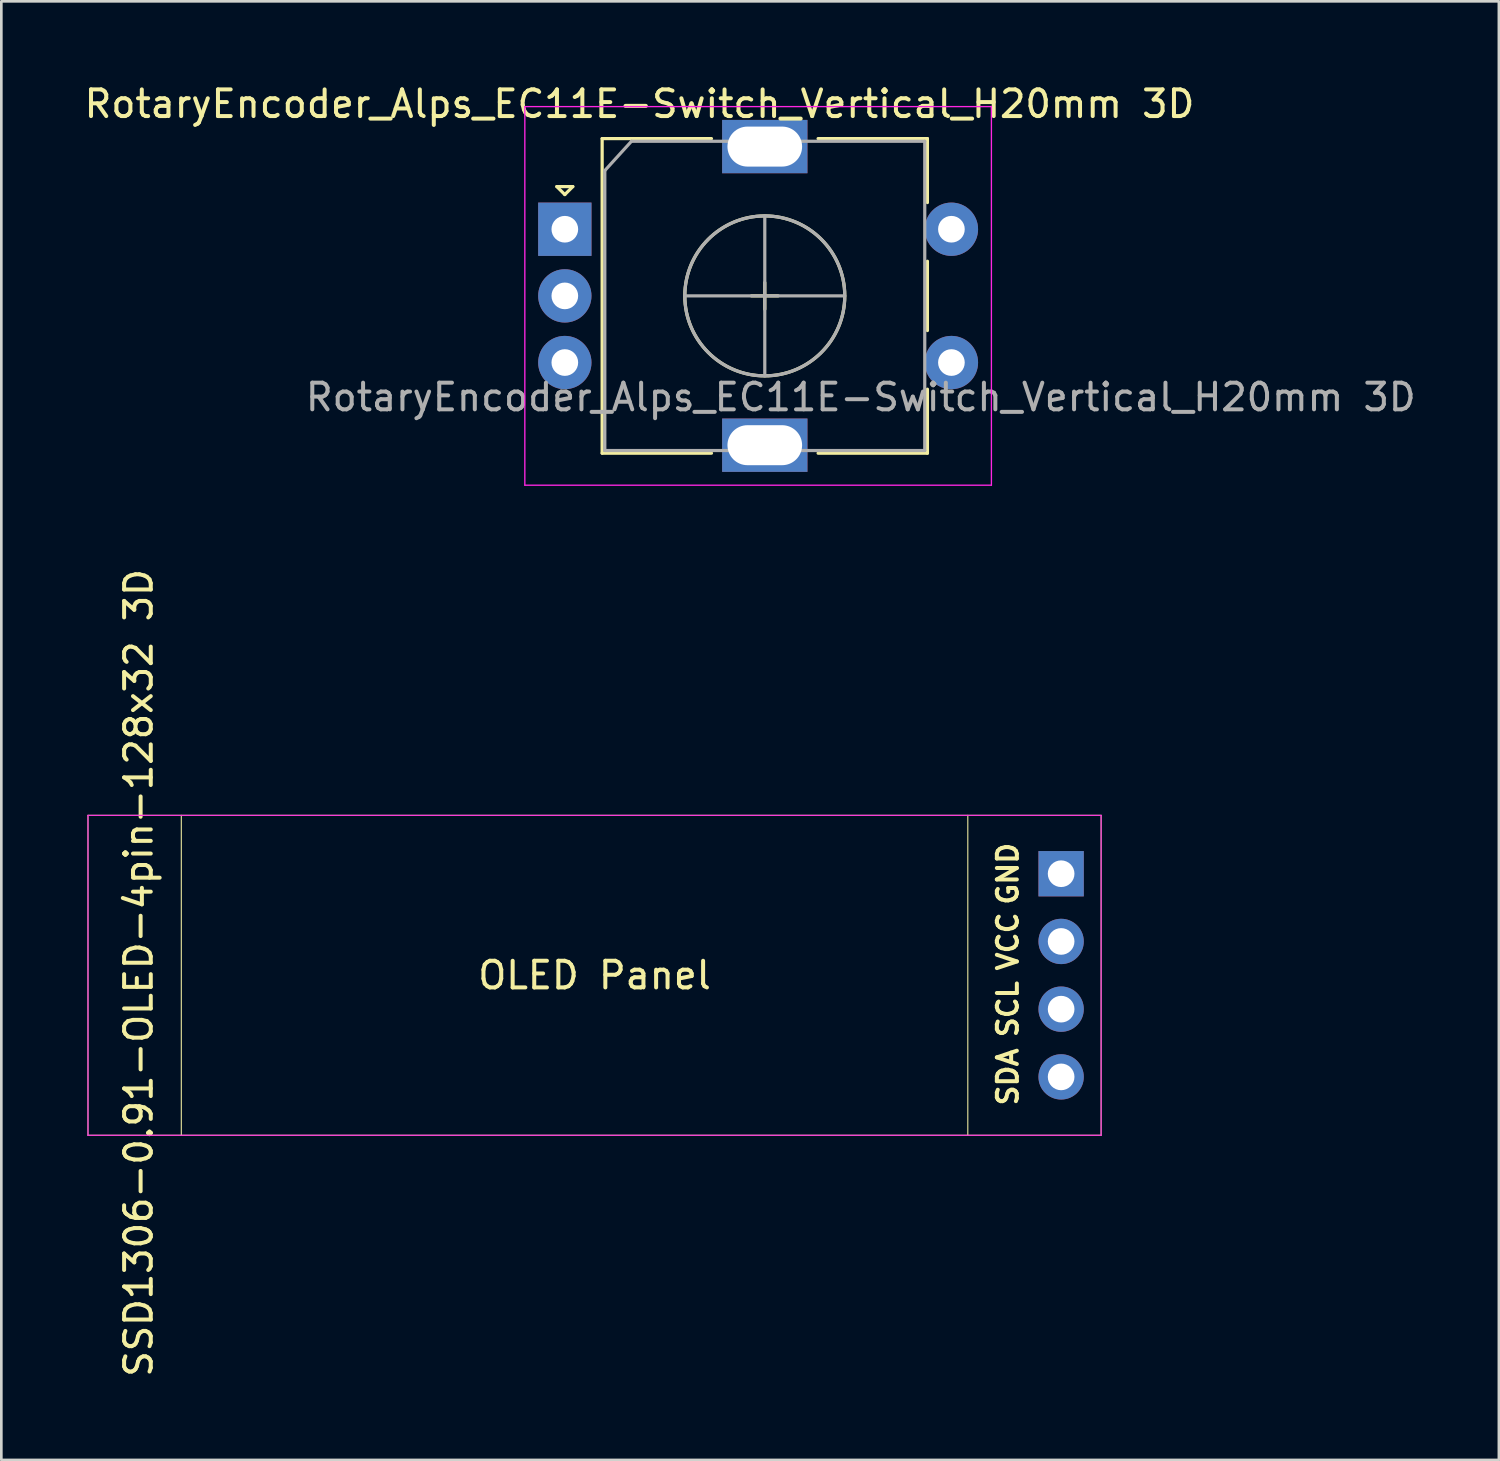
<source format=kicad_pcb>
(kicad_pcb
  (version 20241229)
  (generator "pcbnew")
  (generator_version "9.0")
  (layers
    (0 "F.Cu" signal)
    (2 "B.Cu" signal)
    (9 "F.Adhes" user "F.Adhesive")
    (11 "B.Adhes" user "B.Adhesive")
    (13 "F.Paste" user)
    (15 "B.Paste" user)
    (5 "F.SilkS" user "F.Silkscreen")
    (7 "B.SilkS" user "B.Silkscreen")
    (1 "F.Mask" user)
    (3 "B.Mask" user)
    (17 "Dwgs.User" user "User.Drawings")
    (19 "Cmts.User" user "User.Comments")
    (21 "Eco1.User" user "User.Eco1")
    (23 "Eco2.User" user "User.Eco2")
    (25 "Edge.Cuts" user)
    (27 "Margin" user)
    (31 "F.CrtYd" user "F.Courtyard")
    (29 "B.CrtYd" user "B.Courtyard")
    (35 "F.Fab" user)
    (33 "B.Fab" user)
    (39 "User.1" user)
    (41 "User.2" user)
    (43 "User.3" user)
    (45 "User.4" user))
  (footprint "RotaryEncoder_Alps_EC11E-Switch_Vertical_H20mm 3D"
    (layer "F.Cu")
    (at 18.135 5.548)
    (property "Reference" "RotaryEncoder_Alps_EC11E-Switch_Vertical_H20mm 3D" (at 2.8 -4.7 0) (layer "F.SilkS") (effects (font (size 1 1) (thickness 0.15))))
    (attr through_hole)
    (fp_line (start -0.3 -1.6) (end 0.3 -1.6) (stroke (width 0.12) (type solid)) (layer "F.SilkS"))
    (fp_line (start 0 -1.3) (end -0.3 -1.6) (stroke (width 0.12) (type solid)) (layer "F.SilkS"))
    (fp_line (start 0.3 -1.6) (end 0 -1.3) (stroke (width 0.12) (type solid)) (layer "F.SilkS"))
    (fp_line (start 1.4 -3.4) (end 1.4 8.4) (stroke (width 0.12) (type solid)) (layer "F.SilkS"))
    (fp_line (start 5.5 -3.4) (end 1.4 -3.4) (stroke (width 0.12) (type solid)) (layer "F.SilkS"))
    (fp_line (start 5.5 8.4) (end 1.4 8.4) (stroke (width 0.12) (type solid)) (layer "F.SilkS"))
    (fp_line (start 7 2.5) (end 8 2.5) (stroke (width 0.12) (type solid)) (layer "F.SilkS"))
    (fp_line (start 7.5 2) (end 7.5 3) (stroke (width 0.12) (type solid)) (layer "F.SilkS"))
    (fp_line (start 9.5 -3.4) (end 13.6 -3.4) (stroke (width 0.12) (type solid)) (layer "F.SilkS"))
    (fp_line (start 13.6 -3.4) (end 13.6 -1) (stroke (width 0.12) (type solid)) (layer "F.SilkS"))
    (fp_line (start 13.6 1.2) (end 13.6 3.8) (stroke (width 0.12) (type solid)) (layer "F.SilkS"))
    (fp_line (start 13.6 6) (end 13.6 8.4) (stroke (width 0.12) (type solid)) (layer "F.SilkS"))
    (fp_line (start 13.6 8.4) (end 9.5 8.4) (stroke (width 0.12) (type solid)) (layer "F.SilkS"))
    (fp_circle (center 7.5 2.5) (end 10.5 2.5) (stroke (width 0.12) (type solid)) (fill no) (layer "F.SilkS"))
    (fp_line (start -1.5 -4.6) (end -1.5 9.6) (stroke (width 0.05) (type solid)) (layer "F.CrtYd"))
    (fp_line (start -1.5 -4.6) (end 16 -4.6) (stroke (width 0.05) (type solid)) (layer "F.CrtYd"))
    (fp_line (start 16 9.6) (end -1.5 9.6) (stroke (width 0.05) (type solid)) (layer "F.CrtYd"))
    (fp_line (start 16 9.6) (end 16 -4.6) (stroke (width 0.05) (type solid)) (layer "F.CrtYd"))
    (fp_line (start 1.5 -2.2) (end 2.5 -3.3) (stroke (width 0.12) (type solid)) (layer "F.Fab"))
    (fp_line (start 1.5 8.3) (end 1.5 -2.2) (stroke (width 0.12) (type solid)) (layer "F.Fab"))
    (fp_line (start 2.5 -3.3) (end 13.5 -3.3) (stroke (width 0.12) (type solid)) (layer "F.Fab"))
    (fp_line (start 4.5 2.5) (end 10.5 2.5) (stroke (width 0.12) (type solid)) (layer "F.Fab"))
    (fp_line (start 7.5 -0.5) (end 7.5 5.5) (stroke (width 0.12) (type solid)) (layer "F.Fab"))
    (fp_line (start 13.5 -3.3) (end 13.5 8.3) (stroke (width 0.12) (type solid)) (layer "F.Fab"))
    (fp_line (start 13.5 8.3) (end 1.5 8.3) (stroke (width 0.12) (type solid)) (layer "F.Fab"))
    (fp_circle (center 7.5 2.5) (end 10.5 2.5) (stroke (width 0.12) (type solid)) (fill no) (layer "F.Fab"))
    (fp_text user "${REFERENCE}" (at 11.1 6.3 0) (layer "F.Fab") (effects (font (size 1 1) (thickness 0.15))))
    (pad "A" thru_hole rect (at 0 0) (size 2 2) (drill 1) (layers "*.Cu" "*.Mask"))
    (pad "B" thru_hole circle (at 0 5) (size 2 2) (drill 1) (layers "*.Cu" "*.Mask"))
    (pad "C" thru_hole circle (at 0 2.5) (size 2 2) (drill 1) (layers "*.Cu" "*.Mask"))
    (pad "MP" thru_hole rect (at 7.5 -3.1) (size 3.2 2) (drill oval 2.8 1.5) (layers "*.Cu" "*.Mask"))
    (pad "MP" thru_hole rect (at 7.5 8.1) (size 3.2 2) (drill oval 2.8 1.5) (layers "*.Cu" "*.Mask"))
    (pad "S1" thru_hole circle (at 14.5 5) (size 2 2) (drill 1) (layers "*.Cu" "*.Mask"))
    (pad "S2" thru_hole circle (at 14.5 0) (size 2 2) (drill 1) (layers "*.Cu" "*.Mask")))
  (footprint "SSD1306-0.91-OLED-4pin-128x32 3D"
    (layer "F.Cu")
    (at 0.25 27.531)
    (property "Reference" "SSD1306-0.91-OLED-4pin-128x32 3D" (at 1.9 5.91 90) (layer "F.SilkS") (effects (font (size 1 1) (thickness 0.15))))
    (attr through_hole)
    (fp_line (start 0 0) (end 0 12) (stroke (width 0.04) (type solid)) (layer "F.SilkS"))
    (fp_line (start 0 12) (end 38 12) (stroke (width 0.04) (type solid)) (layer "F.SilkS"))
    (fp_line (start 3.5 0) (end 3.5 12) (stroke (width 0.04) (type solid)) (layer "F.SilkS"))
    (fp_line (start 33 0) (end 33 12) (stroke (width 0.04) (type solid)) (layer "F.SilkS"))
    (fp_line (start 38 0) (end 0 0) (stroke (width 0.04) (type solid)) (layer "F.SilkS"))
    (fp_line (start 38 12) (end 38 0) (stroke (width 0.04) (type solid)) (layer "F.SilkS"))
    (fp_line (start 0 0) (end 0 12) (stroke (width 0.04) (type solid)) (layer "F.CrtYd"))
    (fp_line (start 0 12) (end 38 12) (stroke (width 0.04) (type solid)) (layer "F.CrtYd"))
    (fp_line (start 38 0) (end 0 0) (stroke (width 0.04) (type solid)) (layer "F.CrtYd"))
    (fp_line (start 38 12) (end 38 0) (stroke (width 0.04) (type solid)) (layer "F.CrtYd"))
    (fp_text user "VCC" (at 34.5 4.73 270) (layer "F.SilkS") (effects (font (size 0.75 0.75) (thickness 0.15))))
    (fp_text user "OLED Panel" (at 19 6 0) (layer "F.SilkS") (effects (font (size 1 1) (thickness 0.15))))
    (fp_text user "GND" (at 34.5 2.19 270) (layer "F.SilkS") (effects (font (size 0.75 0.75) (thickness 0.15))))
    (fp_text user "SCL" (at 34.5 7.27 270) (layer "F.SilkS") (effects (font (size 0.75 0.75) (thickness 0.15))))
    (fp_text user "SDA" (at 34.5 9.81 270) (layer "F.SilkS") (effects (font (size 0.75 0.75) (thickness 0.15))))
    (pad "1" thru_hole rect (at 36.5 2.19) (size 1.7 1.7) (drill 1) (layers "*.Cu" "*.Mask"))
    (pad "2" thru_hole oval (at 36.5 4.73) (size 1.7 1.7) (drill 1) (layers "*.Cu" "*.Mask"))
    (pad "3" thru_hole oval (at 36.5 7.27) (size 1.7 1.7) (drill 1) (layers "*.Cu" "*.Mask"))
    (pad "4" thru_hole oval (at 36.5 9.81) (size 1.7 1.7) (drill 1) (layers "*.Cu" "*.Mask")))
  (gr_rect
    (start -3 -3)
    (end 53.169 51.709)
    (stroke (width 0.1) (type default))
    (fill no)
    (layer "Edge.Cuts")))
</source>
